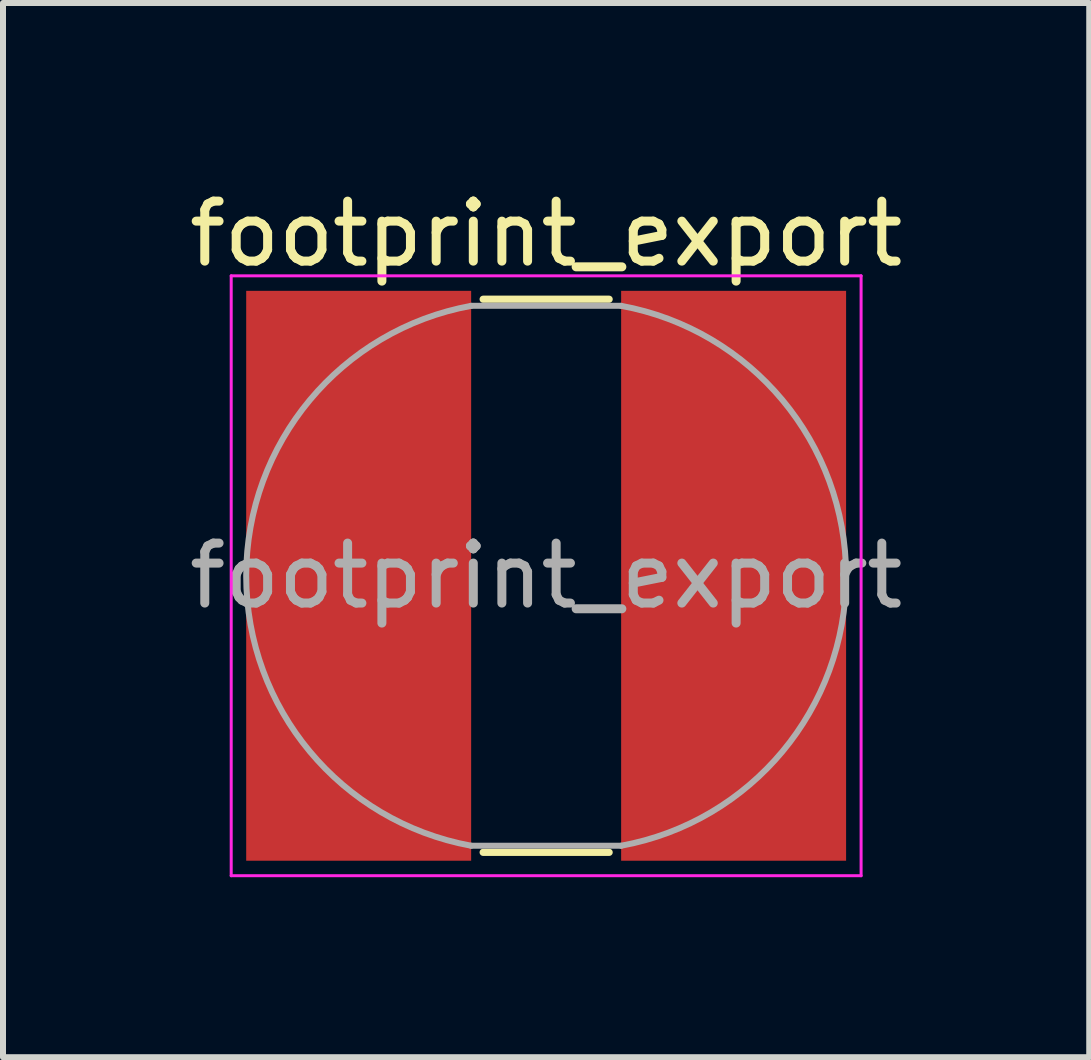
<source format=kicad_pcb>
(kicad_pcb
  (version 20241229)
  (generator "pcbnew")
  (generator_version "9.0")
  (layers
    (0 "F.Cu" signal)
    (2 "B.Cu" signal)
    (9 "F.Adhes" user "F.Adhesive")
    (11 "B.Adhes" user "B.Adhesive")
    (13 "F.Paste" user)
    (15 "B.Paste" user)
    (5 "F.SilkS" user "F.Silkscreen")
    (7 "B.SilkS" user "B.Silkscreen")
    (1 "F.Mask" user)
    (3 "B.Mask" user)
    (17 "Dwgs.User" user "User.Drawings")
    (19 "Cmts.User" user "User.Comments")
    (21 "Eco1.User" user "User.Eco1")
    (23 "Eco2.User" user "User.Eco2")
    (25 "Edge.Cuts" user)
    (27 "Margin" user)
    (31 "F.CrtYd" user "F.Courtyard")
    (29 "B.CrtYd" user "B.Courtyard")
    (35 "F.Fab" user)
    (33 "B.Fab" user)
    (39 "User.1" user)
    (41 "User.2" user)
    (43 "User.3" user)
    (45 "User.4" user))
  (footprint "footprint_export"
    (layer "F.Cu")
    (at 6.054 6.548)
    (property "Reference" "footprint_export" (at 0 -5.7 0) (layer "F.SilkS") (effects (font (size 1 1) (thickness 0.15))))
    (attr smd)
    (fp_line (start -1.05 -4.61) (end 1.05 -4.61) (stroke (width 0.12) (type solid)) (layer "F.SilkS"))
    (fp_line (start -1.05 4.61) (end 1.05 4.61) (stroke (width 0.12) (type solid)) (layer "F.SilkS"))
    (fp_line (start -5.25 -5) (end -5.25 5) (stroke (width 0.05) (type solid)) (layer "F.CrtYd"))
    (fp_line (start -5.25 5) (end 5.25 5) (stroke (width 0.05) (type solid)) (layer "F.CrtYd"))
    (fp_line (start 5.25 -5) (end -5.25 -5) (stroke (width 0.05) (type solid)) (layer "F.CrtYd"))
    (fp_line (start 5.25 5) (end 5.25 -5) (stroke (width 0.05) (type solid)) (layer "F.CrtYd"))
    (fp_line (start -1.25 -4.5) (end 1.25 -4.5) (stroke (width 0.1) (type solid)) (layer "F.Fab"))
    (fp_line (start -1.25 4.5) (end 1.25 4.5) (stroke (width 0.1) (type solid)) (layer "F.Fab"))
    (fp_arc (start -1.25 4.5) (mid -5 0) (end -1.25 -4.5) (stroke (width 0.1) (type solid)) (layer "F.Fab"))
    (fp_arc (start 1.25 -4.5) (mid 5 0) (end 1.25 4.5) (stroke (width 0.1) (type solid)) (layer "F.Fab"))
    (fp_text user "${REFERENCE}" (at 0 0 0) (layer "F.Fab") (effects (font (size 1 1) (thickness 0.15))))
    (pad "1" smd rect (at -3.125 0) (size 3.75 9.5) (layers "F.Cu" "F.Mask" "F.Paste"))
    (pad "2" smd rect (at 3.125 0) (size 3.75 9.5) (layers "F.Cu" "F.Mask" "F.Paste")))
  (gr_rect
    (start -3 -3)
    (end 15.107 14.573)
    (stroke (width 0.1) (type default))
    (fill no)
    (layer "Edge.Cuts")))
</source>
